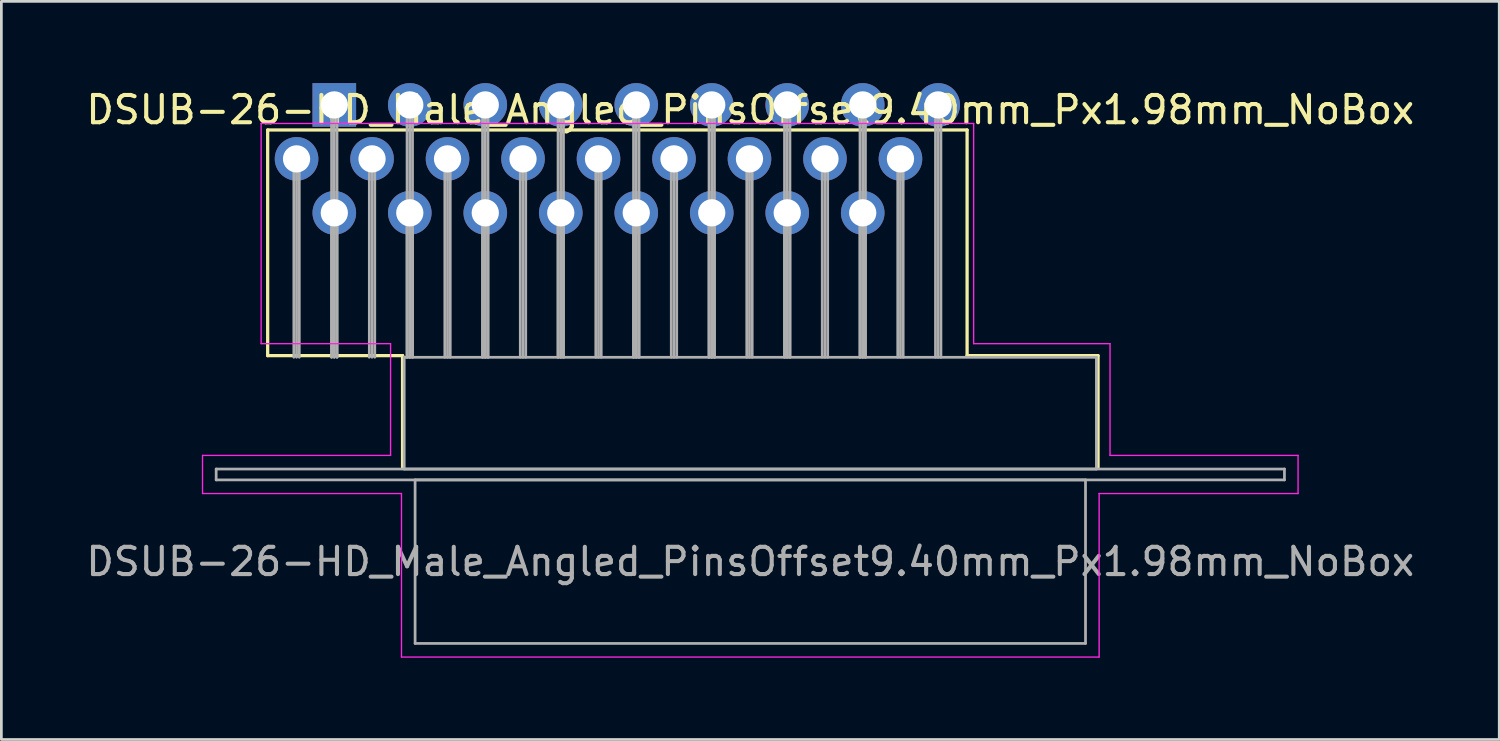
<source format=kicad_pcb>
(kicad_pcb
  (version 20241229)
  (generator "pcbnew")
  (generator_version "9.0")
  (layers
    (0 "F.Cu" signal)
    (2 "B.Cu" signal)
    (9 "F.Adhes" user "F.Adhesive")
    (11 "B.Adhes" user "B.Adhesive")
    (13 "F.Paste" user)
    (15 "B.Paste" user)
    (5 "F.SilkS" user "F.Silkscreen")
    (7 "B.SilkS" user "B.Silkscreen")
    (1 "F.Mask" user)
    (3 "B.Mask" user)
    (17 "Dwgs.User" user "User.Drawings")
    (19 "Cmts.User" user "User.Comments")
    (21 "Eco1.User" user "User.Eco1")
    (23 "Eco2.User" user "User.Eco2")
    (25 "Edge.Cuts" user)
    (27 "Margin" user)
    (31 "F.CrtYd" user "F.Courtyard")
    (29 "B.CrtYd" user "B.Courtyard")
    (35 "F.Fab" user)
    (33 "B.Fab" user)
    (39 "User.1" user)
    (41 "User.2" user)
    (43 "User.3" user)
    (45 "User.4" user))
  (footprint "DSUB-26-HD_Male_Angled_PinsOffset9.40mm_Px1.98mm_NoBox"
    (layer "F.Cu")
    (at 9.217 0.8)
    (property "Reference" "DSUB-26-HD_Male_Angled_PinsOffset9.40mm_Px1.98mm_NoBox" (at 15.265 0.18 0) (layer "F.SilkS") (effects (font (size 1 1) (thickness 0.15))))
    (attr through_hole)
    (fp_line (start -2.445 0.92) (end 23.22 0.92) (stroke (width 0.12) (type solid)) (layer "F.SilkS"))
    (fp_line (start -2.445 9.2) (end -2.445 0.92) (stroke (width 0.12) (type solid)) (layer "F.SilkS"))
    (fp_line (start -0.25 0.226) (end 0.25 0.226) (stroke (width 0.12) (type solid)) (layer "F.SilkS"))
    (fp_line (start 0 0.659) (end -0.25 0.226) (stroke (width 0.12) (type solid)) (layer "F.SilkS"))
    (fp_line (start 0.25 0.226) (end 0 0.659) (stroke (width 0.12) (type solid)) (layer "F.SilkS"))
    (fp_line (start 2.505 9.2) (end -2.445 9.2) (stroke (width 0.12) (type solid)) (layer "F.SilkS"))
    (fp_line (start 2.505 13.3) (end 2.505 9.2) (stroke (width 0.12) (type solid)) (layer "F.SilkS"))
    (fp_line (start 23.22 0.92) (end 23.22 9.2) (stroke (width 0.12) (type solid)) (layer "F.SilkS"))
    (fp_line (start 23.22 9.2) (end 28.025 9.2) (stroke (width 0.12) (type solid)) (layer "F.SilkS"))
    (fp_line (start 28.025 9.2) (end 28.025 13.3) (stroke (width 0.12) (type solid)) (layer "F.SilkS"))
    (fp_line (start -4.835 12.86) (end 2.065 12.86) (stroke (width 0.05) (type solid)) (layer "F.CrtYd"))
    (fp_line (start -4.835 14.26) (end -4.835 12.86) (stroke (width 0.05) (type solid)) (layer "F.CrtYd"))
    (fp_line (start -2.685 0.68) (end 23.46 0.68) (stroke (width 0.05) (type solid)) (layer "F.CrtYd"))
    (fp_line (start -2.685 8.76) (end -2.685 0.68) (stroke (width 0.05) (type solid)) (layer "F.CrtYd"))
    (fp_line (start 2.065 8.76) (end -2.685 8.76) (stroke (width 0.05) (type solid)) (layer "F.CrtYd"))
    (fp_line (start 2.065 12.86) (end 2.065 8.76) (stroke (width 0.05) (type solid)) (layer "F.CrtYd"))
    (fp_line (start 2.465 14.26) (end -4.835 14.26) (stroke (width 0.05) (type solid)) (layer "F.CrtYd"))
    (fp_line (start 2.465 20.26) (end 2.465 14.26) (stroke (width 0.05) (type solid)) (layer "F.CrtYd"))
    (fp_line (start 23.46 0.68) (end 23.46 8.76) (stroke (width 0.05) (type solid)) (layer "F.CrtYd"))
    (fp_line (start 23.46 8.76) (end 28.465 8.76) (stroke (width 0.05) (type solid)) (layer "F.CrtYd"))
    (fp_line (start 28.065 14.26) (end 28.065 20.26) (stroke (width 0.05) (type solid)) (layer "F.CrtYd"))
    (fp_line (start 28.065 20.26) (end 2.465 20.26) (stroke (width 0.05) (type solid)) (layer "F.CrtYd"))
    (fp_line (start 28.465 8.76) (end 28.465 12.86) (stroke (width 0.05) (type solid)) (layer "F.CrtYd"))
    (fp_line (start 28.465 12.86) (end 35.365 12.86) (stroke (width 0.05) (type solid)) (layer "F.CrtYd"))
    (fp_line (start 35.365 12.86) (end 35.365 14.26) (stroke (width 0.05) (type solid)) (layer "F.CrtYd"))
    (fp_line (start 35.365 14.26) (end 28.065 14.26) (stroke (width 0.05) (type solid)) (layer "F.CrtYd"))
    (fp_line (start -4.335 13.36) (end -4.335 13.76) (stroke (width 0.1) (type solid)) (layer "F.Fab"))
    (fp_line (start -4.335 13.76) (end 34.865 13.76) (stroke (width 0.1) (type solid)) (layer "F.Fab"))
    (fp_line (start -1.485 1.98) (end -1.485 9.26) (stroke (width 0.1) (type solid)) (layer "F.Fab"))
    (fp_line (start -1.385 1.98) (end -1.385 9.26) (stroke (width 0.1) (type solid)) (layer "F.Fab"))
    (fp_line (start -1.285 1.98) (end -1.285 9.26) (stroke (width 0.1) (type solid)) (layer "F.Fab"))
    (fp_line (start -0.1 0) (end -0.1 9.26) (stroke (width 0.1) (type solid)) (layer "F.Fab"))
    (fp_line (start -0.1 3.96) (end -0.1 9.26) (stroke (width 0.1) (type solid)) (layer "F.Fab"))
    (fp_line (start 0 0) (end 0 9.26) (stroke (width 0.1) (type solid)) (layer "F.Fab"))
    (fp_line (start 0 3.96) (end 0 9.26) (stroke (width 0.1) (type solid)) (layer "F.Fab"))
    (fp_line (start 0.1 0) (end 0.1 9.26) (stroke (width 0.1) (type solid)) (layer "F.Fab"))
    (fp_line (start 0.1 3.96) (end 0.1 9.26) (stroke (width 0.1) (type solid)) (layer "F.Fab"))
    (fp_line (start 1.285 1.98) (end 1.285 9.26) (stroke (width 0.1) (type solid)) (layer "F.Fab"))
    (fp_line (start 1.385 1.98) (end 1.385 9.26) (stroke (width 0.1) (type solid)) (layer "F.Fab"))
    (fp_line (start 1.485 1.98) (end 1.485 9.26) (stroke (width 0.1) (type solid)) (layer "F.Fab"))
    (fp_line (start 2.565 9.26) (end 2.565 13.36) (stroke (width 0.1) (type solid)) (layer "F.Fab"))
    (fp_line (start 2.565 13.36) (end 27.965 13.36) (stroke (width 0.1) (type solid)) (layer "F.Fab"))
    (fp_line (start 2.67 0) (end 2.67 9.26) (stroke (width 0.1) (type solid)) (layer "F.Fab"))
    (fp_line (start 2.67 3.96) (end 2.67 9.26) (stroke (width 0.1) (type solid)) (layer "F.Fab"))
    (fp_line (start 2.77 0) (end 2.77 9.26) (stroke (width 0.1) (type solid)) (layer "F.Fab"))
    (fp_line (start 2.77 3.96) (end 2.77 9.26) (stroke (width 0.1) (type solid)) (layer "F.Fab"))
    (fp_line (start 2.87 0) (end 2.87 9.26) (stroke (width 0.1) (type solid)) (layer "F.Fab"))
    (fp_line (start 2.87 3.96) (end 2.87 9.26) (stroke (width 0.1) (type solid)) (layer "F.Fab"))
    (fp_line (start 2.965 13.76) (end 2.965 19.76) (stroke (width 0.1) (type solid)) (layer "F.Fab"))
    (fp_line (start 2.965 19.76) (end 27.565 19.76) (stroke (width 0.1) (type solid)) (layer "F.Fab"))
    (fp_line (start 4.055 1.98) (end 4.055 9.26) (stroke (width 0.1) (type solid)) (layer "F.Fab"))
    (fp_line (start 4.155 1.98) (end 4.155 9.26) (stroke (width 0.1) (type solid)) (layer "F.Fab"))
    (fp_line (start 4.255 1.98) (end 4.255 9.26) (stroke (width 0.1) (type solid)) (layer "F.Fab"))
    (fp_line (start 5.44 0) (end 5.44 9.26) (stroke (width 0.1) (type solid)) (layer "F.Fab"))
    (fp_line (start 5.44 3.96) (end 5.44 9.26) (stroke (width 0.1) (type solid)) (layer "F.Fab"))
    (fp_line (start 5.54 0) (end 5.54 9.26) (stroke (width 0.1) (type solid)) (layer "F.Fab"))
    (fp_line (start 5.54 3.96) (end 5.54 9.26) (stroke (width 0.1) (type solid)) (layer "F.Fab"))
    (fp_line (start 5.64 0) (end 5.64 9.26) (stroke (width 0.1) (type solid)) (layer "F.Fab"))
    (fp_line (start 5.64 3.96) (end 5.64 9.26) (stroke (width 0.1) (type solid)) (layer "F.Fab"))
    (fp_line (start 6.825 1.98) (end 6.825 9.26) (stroke (width 0.1) (type solid)) (layer "F.Fab"))
    (fp_line (start 6.925 1.98) (end 6.925 9.26) (stroke (width 0.1) (type solid)) (layer "F.Fab"))
    (fp_line (start 7.025 1.98) (end 7.025 9.26) (stroke (width 0.1) (type solid)) (layer "F.Fab"))
    (fp_line (start 8.21 0) (end 8.21 9.26) (stroke (width 0.1) (type solid)) (layer "F.Fab"))
    (fp_line (start 8.21 3.96) (end 8.21 9.26) (stroke (width 0.1) (type solid)) (layer "F.Fab"))
    (fp_line (start 8.31 0) (end 8.31 9.26) (stroke (width 0.1) (type solid)) (layer "F.Fab"))
    (fp_line (start 8.31 3.96) (end 8.31 9.26) (stroke (width 0.1) (type solid)) (layer "F.Fab"))
    (fp_line (start 8.41 0) (end 8.41 9.26) (stroke (width 0.1) (type solid)) (layer "F.Fab"))
    (fp_line (start 8.41 3.96) (end 8.41 9.26) (stroke (width 0.1) (type solid)) (layer "F.Fab"))
    (fp_line (start 9.595 1.98) (end 9.595 9.26) (stroke (width 0.1) (type solid)) (layer "F.Fab"))
    (fp_line (start 9.695 1.98) (end 9.695 9.26) (stroke (width 0.1) (type solid)) (layer "F.Fab"))
    (fp_line (start 9.795 1.98) (end 9.795 9.26) (stroke (width 0.1) (type solid)) (layer "F.Fab"))
    (fp_line (start 10.98 0) (end 10.98 9.26) (stroke (width 0.1) (type solid)) (layer "F.Fab"))
    (fp_line (start 10.98 3.96) (end 10.98 9.26) (stroke (width 0.1) (type solid)) (layer "F.Fab"))
    (fp_line (start 11.08 0) (end 11.08 9.26) (stroke (width 0.1) (type solid)) (layer "F.Fab"))
    (fp_line (start 11.08 3.96) (end 11.08 9.26) (stroke (width 0.1) (type solid)) (layer "F.Fab"))
    (fp_line (start 11.18 0) (end 11.18 9.26) (stroke (width 0.1) (type solid)) (layer "F.Fab"))
    (fp_line (start 11.18 3.96) (end 11.18 9.26) (stroke (width 0.1) (type solid)) (layer "F.Fab"))
    (fp_line (start 12.365 1.98) (end 12.365 9.26) (stroke (width 0.1) (type solid)) (layer "F.Fab"))
    (fp_line (start 12.465 1.98) (end 12.465 9.26) (stroke (width 0.1) (type solid)) (layer "F.Fab"))
    (fp_line (start 12.565 1.98) (end 12.565 9.26) (stroke (width 0.1) (type solid)) (layer "F.Fab"))
    (fp_line (start 13.75 0) (end 13.75 9.26) (stroke (width 0.1) (type solid)) (layer "F.Fab"))
    (fp_line (start 13.75 3.96) (end 13.75 9.26) (stroke (width 0.1) (type solid)) (layer "F.Fab"))
    (fp_line (start 13.85 0) (end 13.85 9.26) (stroke (width 0.1) (type solid)) (layer "F.Fab"))
    (fp_line (start 13.85 3.96) (end 13.85 9.26) (stroke (width 0.1) (type solid)) (layer "F.Fab"))
    (fp_line (start 13.95 0) (end 13.95 9.26) (stroke (width 0.1) (type solid)) (layer "F.Fab"))
    (fp_line (start 13.95 3.96) (end 13.95 9.26) (stroke (width 0.1) (type solid)) (layer "F.Fab"))
    (fp_line (start 15.135 1.98) (end 15.135 9.26) (stroke (width 0.1) (type solid)) (layer "F.Fab"))
    (fp_line (start 15.235 1.98) (end 15.235 9.26) (stroke (width 0.1) (type solid)) (layer "F.Fab"))
    (fp_line (start 15.335 1.98) (end 15.335 9.26) (stroke (width 0.1) (type solid)) (layer "F.Fab"))
    (fp_line (start 16.52 0) (end 16.52 9.26) (stroke (width 0.1) (type solid)) (layer "F.Fab"))
    (fp_line (start 16.52 3.96) (end 16.52 9.26) (stroke (width 0.1) (type solid)) (layer "F.Fab"))
    (fp_line (start 16.62 0) (end 16.62 9.26) (stroke (width 0.1) (type solid)) (layer "F.Fab"))
    (fp_line (start 16.62 3.96) (end 16.62 9.26) (stroke (width 0.1) (type solid)) (layer "F.Fab"))
    (fp_line (start 16.72 0) (end 16.72 9.26) (stroke (width 0.1) (type solid)) (layer "F.Fab"))
    (fp_line (start 16.72 3.96) (end 16.72 9.26) (stroke (width 0.1) (type solid)) (layer "F.Fab"))
    (fp_line (start 17.905 1.98) (end 17.905 9.26) (stroke (width 0.1) (type solid)) (layer "F.Fab"))
    (fp_line (start 18.005 1.98) (end 18.005 9.26) (stroke (width 0.1) (type solid)) (layer "F.Fab"))
    (fp_line (start 18.105 1.98) (end 18.105 9.26) (stroke (width 0.1) (type solid)) (layer "F.Fab"))
    (fp_line (start 19.29 0) (end 19.29 9.26) (stroke (width 0.1) (type solid)) (layer "F.Fab"))
    (fp_line (start 19.29 3.96) (end 19.29 9.26) (stroke (width 0.1) (type solid)) (layer "F.Fab"))
    (fp_line (start 19.39 0) (end 19.39 9.26) (stroke (width 0.1) (type solid)) (layer "F.Fab"))
    (fp_line (start 19.39 3.96) (end 19.39 9.26) (stroke (width 0.1) (type solid)) (layer "F.Fab"))
    (fp_line (start 19.49 0) (end 19.49 9.26) (stroke (width 0.1) (type solid)) (layer "F.Fab"))
    (fp_line (start 19.49 3.96) (end 19.49 9.26) (stroke (width 0.1) (type solid)) (layer "F.Fab"))
    (fp_line (start 20.675 1.98) (end 20.675 9.26) (stroke (width 0.1) (type solid)) (layer "F.Fab"))
    (fp_line (start 20.775 1.98) (end 20.775 9.26) (stroke (width 0.1) (type solid)) (layer "F.Fab"))
    (fp_line (start 20.875 1.98) (end 20.875 9.26) (stroke (width 0.1) (type solid)) (layer "F.Fab"))
    (fp_line (start 22.06 0) (end 22.06 9.26) (stroke (width 0.1) (type solid)) (layer "F.Fab"))
    (fp_line (start 22.16 0) (end 22.16 9.26) (stroke (width 0.1) (type solid)) (layer "F.Fab"))
    (fp_line (start 22.26 0) (end 22.26 9.26) (stroke (width 0.1) (type solid)) (layer "F.Fab"))
    (fp_line (start 27.565 13.76) (end 2.965 13.76) (stroke (width 0.1) (type solid)) (layer "F.Fab"))
    (fp_line (start 27.565 19.76) (end 27.565 13.76) (stroke (width 0.1) (type solid)) (layer "F.Fab"))
    (fp_line (start 27.965 9.26) (end 2.565 9.26) (stroke (width 0.1) (type solid)) (layer "F.Fab"))
    (fp_line (start 27.965 13.36) (end 27.965 9.26) (stroke (width 0.1) (type solid)) (layer "F.Fab"))
    (fp_line (start 34.865 13.36) (end -4.335 13.36) (stroke (width 0.1) (type solid)) (layer "F.Fab"))
    (fp_line (start 34.865 13.76) (end 34.865 13.36) (stroke (width 0.1) (type solid)) (layer "F.Fab"))
    (fp_text user "${REFERENCE}" (at 15.265 16.76 0) (layer "F.Fab") (effects (font (size 1 1) (thickness 0.15))))
    (pad "1" thru_hole rect (at 0 0) (size 1.6 1.6) (drill 1) (layers "*.Cu" "*.Mask"))
    (pad "2" thru_hole circle (at 2.77 0) (size 1.6 1.6) (drill 1) (layers "*.Cu" "*.Mask"))
    (pad "3" thru_hole circle (at 5.54 0) (size 1.6 1.6) (drill 1) (layers "*.Cu" "*.Mask"))
    (pad "4" thru_hole circle (at 8.31 0) (size 1.6 1.6) (drill 1) (layers "*.Cu" "*.Mask"))
    (pad "5" thru_hole circle (at 11.08 0) (size 1.6 1.6) (drill 1) (layers "*.Cu" "*.Mask"))
    (pad "6" thru_hole circle (at 13.85 0) (size 1.6 1.6) (drill 1) (layers "*.Cu" "*.Mask"))
    (pad "7" thru_hole circle (at 16.62 0) (size 1.6 1.6) (drill 1) (layers "*.Cu" "*.Mask"))
    (pad "8" thru_hole circle (at 19.39 0) (size 1.6 1.6) (drill 1) (layers "*.Cu" "*.Mask"))
    (pad "9" thru_hole circle (at 22.16 0) (size 1.6 1.6) (drill 1) (layers "*.Cu" "*.Mask"))
    (pad "10" thru_hole circle (at -1.385 1.98) (size 1.6 1.6) (drill 1) (layers "*.Cu" "*.Mask"))
    (pad "11" thru_hole circle (at 1.385 1.98) (size 1.6 1.6) (drill 1) (layers "*.Cu" "*.Mask"))
    (pad "12" thru_hole circle (at 4.155 1.98) (size 1.6 1.6) (drill 1) (layers "*.Cu" "*.Mask"))
    (pad "13" thru_hole circle (at 6.925 1.98) (size 1.6 1.6) (drill 1) (layers "*.Cu" "*.Mask"))
    (pad "14" thru_hole circle (at 9.695 1.98) (size 1.6 1.6) (drill 1) (layers "*.Cu" "*.Mask"))
    (pad "15" thru_hole circle (at 12.465 1.98) (size 1.6 1.6) (drill 1) (layers "*.Cu" "*.Mask"))
    (pad "16" thru_hole circle (at 15.235 1.98) (size 1.6 1.6) (drill 1) (layers "*.Cu" "*.Mask"))
    (pad "17" thru_hole circle (at 18.005 1.98) (size 1.6 1.6) (drill 1) (layers "*.Cu" "*.Mask"))
    (pad "18" thru_hole circle (at 20.775 1.98) (size 1.6 1.6) (drill 1) (layers "*.Cu" "*.Mask"))
    (pad "19" thru_hole circle (at 0 3.96) (size 1.6 1.6) (drill 1) (layers "*.Cu" "*.Mask"))
    (pad "20" thru_hole circle (at 2.77 3.96) (size 1.6 1.6) (drill 1) (layers "*.Cu" "*.Mask"))
    (pad "21" thru_hole circle (at 5.54 3.96) (size 1.6 1.6) (drill 1) (layers "*.Cu" "*.Mask"))
    (pad "22" thru_hole circle (at 8.31 3.96) (size 1.6 1.6) (drill 1) (layers "*.Cu" "*.Mask"))
    (pad "23" thru_hole circle (at 11.08 3.96) (size 1.6 1.6) (drill 1) (layers "*.Cu" "*.Mask"))
    (pad "24" thru_hole circle (at 13.85 3.96) (size 1.6 1.6) (drill 1) (layers "*.Cu" "*.Mask"))
    (pad "25" thru_hole circle (at 16.62 3.96) (size 1.6 1.6) (drill 1) (layers "*.Cu" "*.Mask"))
    (pad "26" thru_hole circle (at 19.39 3.96) (size 1.6 1.6) (drill 1) (layers "*.Cu" "*.Mask")))
  (gr_rect
    (start -3 -3)
    (end 51.964 24.085)
    (stroke (width 0.1) (type default))
    (fill no)
    (layer "Edge.Cuts")))
</source>
